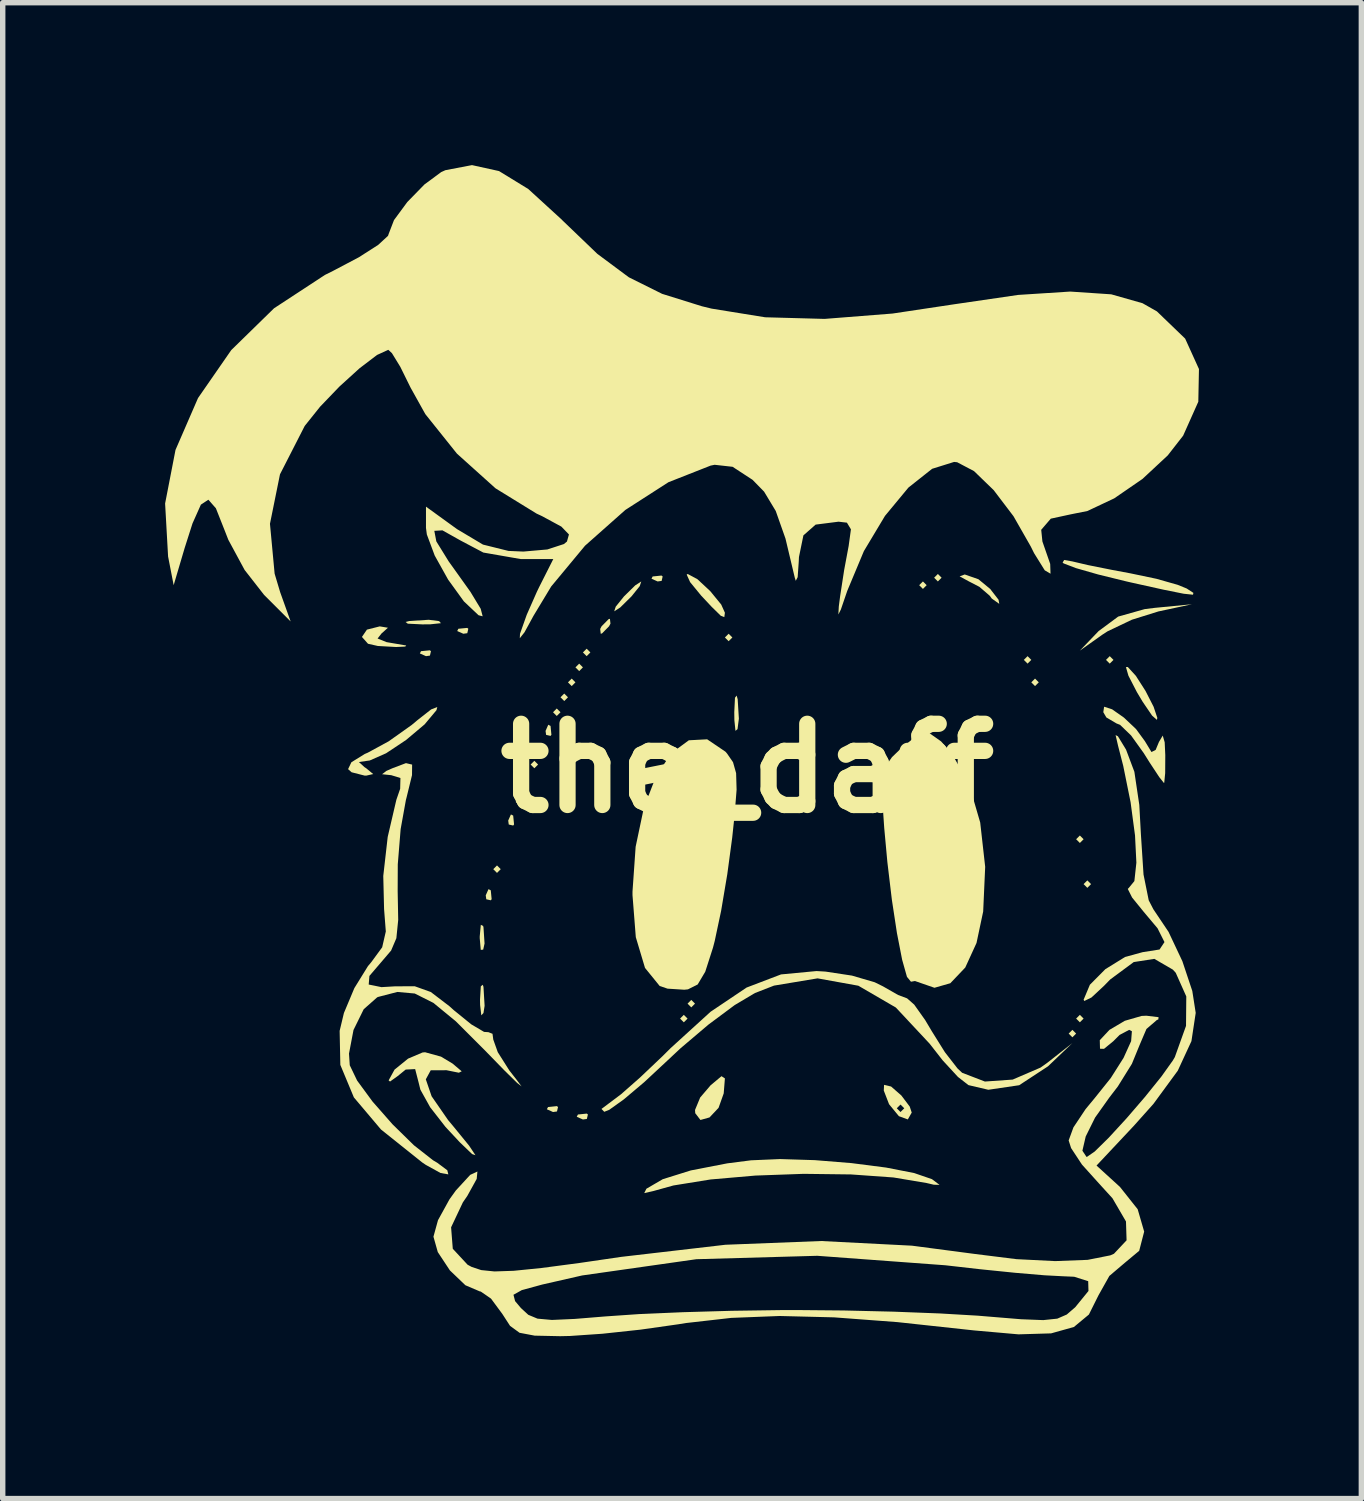
<source format=kicad_pcb>
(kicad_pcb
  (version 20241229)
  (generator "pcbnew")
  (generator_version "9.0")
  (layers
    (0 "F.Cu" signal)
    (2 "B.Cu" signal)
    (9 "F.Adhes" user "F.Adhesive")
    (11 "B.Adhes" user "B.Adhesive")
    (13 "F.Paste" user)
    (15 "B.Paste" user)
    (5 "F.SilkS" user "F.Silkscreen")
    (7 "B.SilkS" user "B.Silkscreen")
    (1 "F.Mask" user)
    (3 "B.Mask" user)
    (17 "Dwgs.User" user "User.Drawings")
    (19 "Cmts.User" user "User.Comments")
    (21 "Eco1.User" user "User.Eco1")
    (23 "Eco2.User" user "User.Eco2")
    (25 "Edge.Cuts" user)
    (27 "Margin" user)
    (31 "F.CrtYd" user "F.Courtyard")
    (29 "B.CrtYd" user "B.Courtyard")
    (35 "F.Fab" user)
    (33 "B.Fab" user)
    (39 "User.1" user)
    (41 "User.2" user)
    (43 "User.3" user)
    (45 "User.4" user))
  (footprint "the_daff"
    (layer "F.Cu")
    (at 10.755 11.142)
    (property "Reference" "the_daff" (at 0 0 0) (layer "F.SilkS") (effects (font (size 1.5 1.5) (thickness 0.3))))
    (attr board_only exclude_from_pos_files exclude_from_bom)
    (fp_poly (pts (xy -4.555 1.864) (xy -4.624 1.933) (xy -4.693 1.864) (xy -4.624 1.795)) (stroke (width 0) (type solid)) (fill yes) (layer "F.SilkS"))
    (fp_poly (pts (xy -4.141 0.621) (xy -4.21 0.69) (xy -4.279 0.621) (xy -4.21 0.552)) (stroke (width 0) (type solid)) (fill yes) (layer "F.SilkS"))
    (fp_poly (pts (xy -3.865 -0.069) (xy -3.934 0) (xy -4.003 -0.069) (xy -3.934 -0.138)) (stroke (width 0) (type solid)) (fill yes) (layer "F.SilkS"))
    (fp_poly (pts (xy -3.727 -0.345) (xy -3.796 -0.276) (xy -3.865 -0.345) (xy -3.796 -0.414)) (stroke (width 0) (type solid)) (fill yes) (layer "F.SilkS"))
    (fp_poly (pts (xy -3.451 -1.035) (xy -3.52 -0.966) (xy -3.589 -1.035) (xy -3.52 -1.104)) (stroke (width 0) (type solid)) (fill yes) (layer "F.SilkS"))
    (fp_poly (pts (xy -3.313 -1.311) (xy -3.382 -1.242) (xy -3.451 -1.311) (xy -3.382 -1.38)) (stroke (width 0) (type solid)) (fill yes) (layer "F.SilkS"))
    (fp_poly (pts (xy -3.175 -1.587) (xy -3.244 -1.518) (xy -3.313 -1.587) (xy -3.244 -1.657)) (stroke (width 0) (type solid)) (fill yes) (layer "F.SilkS"))
    (fp_poly (pts (xy -3.037 -1.864) (xy -3.106 -1.795) (xy -3.175 -1.864) (xy -3.106 -1.933)) (stroke (width 0) (type solid)) (fill yes) (layer "F.SilkS"))
    (fp_poly (pts (xy -2.899 -2.14) (xy -2.968 -2.071) (xy -3.037 -2.14) (xy -2.968 -2.209)) (stroke (width 0) (type solid)) (fill yes) (layer "F.SilkS"))
    (fp_poly (pts (xy -1.104 4.624) (xy -1.173 4.693) (xy -1.242 4.624) (xy -1.173 4.555)) (stroke (width 0) (type solid)) (fill yes) (layer "F.SilkS"))
    (fp_poly (pts (xy -0.966 4.348) (xy -1.035 4.417) (xy -1.104 4.348) (xy -1.035 4.279)) (stroke (width 0) (type solid)) (fill yes) (layer "F.SilkS"))
    (fp_poly (pts (xy -0.276 -2.416) (xy -0.345 -2.347) (xy -0.414 -2.416) (xy -0.345 -2.485)) (stroke (width 0) (type solid)) (fill yes) (layer "F.SilkS"))
    (fp_poly (pts (xy 3.313 -3.382) (xy 3.244 -3.313) (xy 3.175 -3.382) (xy 3.244 -3.451)) (stroke (width 0) (type solid)) (fill yes) (layer "F.SilkS"))
    (fp_poly (pts (xy 3.589 -3.52) (xy 3.52 -3.451) (xy 3.451 -3.52) (xy 3.52 -3.589)) (stroke (width 0) (type solid)) (fill yes) (layer "F.SilkS"))
    (fp_poly (pts (xy 5.246 -2.002) (xy 5.177 -1.933) (xy 5.108 -2.002) (xy 5.177 -2.071)) (stroke (width 0) (type solid)) (fill yes) (layer "F.SilkS"))
    (fp_poly (pts (xy 5.384 -1.587) (xy 5.315 -1.518) (xy 5.246 -1.587) (xy 5.315 -1.657)) (stroke (width 0) (type solid)) (fill yes) (layer "F.SilkS"))
    (fp_poly (pts (xy 6.074 4.901) (xy 6.005 4.97) (xy 5.936 4.901) (xy 6.005 4.832)) (stroke (width 0) (type solid)) (fill yes) (layer "F.SilkS"))
    (fp_poly (pts (xy 6.212 1.311) (xy 6.143 1.38) (xy 6.074 1.311) (xy 6.143 1.242)) (stroke (width 0) (type solid)) (fill yes) (layer "F.SilkS"))
    (fp_poly (pts (xy 6.212 4.624) (xy 6.143 4.693) (xy 6.074 4.624) (xy 6.143 4.555)) (stroke (width 0) (type solid)) (fill yes) (layer "F.SilkS"))
    (fp_poly (pts (xy 6.35 2.14) (xy 6.281 2.209) (xy 6.212 2.14) (xy 6.281 2.071)) (stroke (width 0) (type solid)) (fill yes) (layer "F.SilkS"))
    (fp_poly (pts (xy 6.764 -2.002) (xy 6.695 -1.933) (xy 6.626 -2.002) (xy 6.695 -2.071)) (stroke (width 0) (type solid)) (fill yes) (layer "F.SilkS"))
    (fp_poly (pts (xy -5.844 -2.163) (xy -5.863 -2.081) (xy -5.936 -2.071) (xy -6.049 -2.121) (xy -6.028 -2.163) (xy -5.864 -2.179)) (stroke (width 0) (type solid)) (fill yes) (layer "F.SilkS"))
    (fp_poly (pts (xy -5.154 -2.577) (xy -5.173 -2.495) (xy -5.246 -2.485) (xy -5.359 -2.535) (xy -5.338 -2.577) (xy -5.174 -2.593)) (stroke (width 0) (type solid)) (fill yes) (layer "F.SilkS"))
    (fp_poly (pts (xy -4.739 2.255) (xy -4.723 2.419) (xy -4.739 2.439) (xy -4.822 2.42) (xy -4.832 2.347) (xy -4.781 2.233)) (stroke (width 0) (type solid)) (fill yes) (layer "F.SilkS"))
    (fp_poly (pts (xy -4.325 0.874) (xy -4.309 1.038) (xy -4.325 1.058) (xy -4.407 1.039) (xy -4.417 0.966) (xy -4.367 0.853)) (stroke (width 0) (type solid)) (fill yes) (layer "F.SilkS"))
    (fp_poly (pts (xy -4.049 0.184) (xy -4.033 0.348) (xy -4.049 0.368) (xy -4.131 0.349) (xy -4.141 0.276) (xy -4.091 0.162)) (stroke (width 0) (type solid)) (fill yes) (layer "F.SilkS"))
    (fp_poly (pts (xy -3.635 -0.782) (xy -3.619 -0.618) (xy -3.635 -0.598) (xy -3.717 -0.617) (xy -3.727 -0.69) (xy -3.677 -0.804)) (stroke (width 0) (type solid)) (fill yes) (layer "F.SilkS"))
    (fp_poly (pts (xy -3.497 6.258) (xy -3.516 6.34) (xy -3.589 6.35) (xy -3.703 6.299) (xy -3.681 6.258) (xy -3.517 6.241)) (stroke (width 0) (type solid)) (fill yes) (layer "F.SilkS"))
    (fp_poly (pts (xy -2.945 6.396) (xy -2.964 6.478) (xy -3.037 6.488) (xy -3.151 6.438) (xy -3.129 6.396) (xy -2.965 6.379)) (stroke (width 0) (type solid)) (fill yes) (layer "F.SilkS"))
    (fp_poly (pts (xy -1.564 -3.543) (xy -1.583 -3.461) (xy -1.657 -3.451) (xy -1.77 -3.502) (xy -1.749 -3.543) (xy -1.585 -3.56)) (stroke (width 0) (type solid)) (fill yes) (layer "F.SilkS"))
    (fp_poly (pts (xy -5.693 -2.718) (xy -5.66 -2.68) (xy -5.859 -2.659) (xy -6.005 -2.658) (xy -6.272 -2.671) (xy -6.313 -2.702) (xy -6.245 -2.72) (xy -5.885 -2.743)) (stroke (width 0) (type solid)) (fill yes) (layer "F.SilkS"))
    (fp_poly (pts (xy -4.881 2.912) (xy -4.874 2.936) (xy -4.854 3.237) (xy -4.879 3.35) (xy -4.924 3.355) (xy -4.943 3.139) (xy -4.943 3.106) (xy -4.923 2.892)) (stroke (width 0) (type solid)) (fill yes) (layer "F.SilkS"))
    (fp_poly (pts (xy -4.874 4.038) (xy -4.853 4.388) (xy -4.874 4.521) (xy -4.914 4.564) (xy -4.936 4.373) (xy -4.938 4.279) (xy -4.923 4.028) (xy -4.887 3.999)) (stroke (width 0) (type solid)) (fill yes) (layer "F.SilkS"))
    (fp_poly (pts (xy -2.528 -2.672) (xy -2.554 -2.623) (xy -2.684 -2.491) (xy -2.708 -2.485) (xy -2.718 -2.574) (xy -2.692 -2.623) (xy -2.562 -2.755) (xy -2.538 -2.761)) (stroke (width 0) (type solid)) (fill yes) (layer "F.SilkS"))
    (fp_poly (pts (xy -1.987 -3.365) (xy -2.14 -3.175) (xy -2.347 -2.971) (xy -2.459 -2.899) (xy -2.431 -2.985) (xy -2.278 -3.175) (xy -2.07 -3.379) (xy -1.959 -3.451)) (stroke (width 0) (type solid)) (fill yes) (layer "F.SilkS"))
    (fp_poly (pts (xy -0.178 -1.275) (xy -0.156 -0.916) (xy -0.181 -0.723) (xy -0.219 -0.691) (xy -0.239 -0.889) (xy -0.241 -1.035) (xy -0.228 -1.303) (xy -0.197 -1.343)) (stroke (width 0) (type solid)) (fill yes) (layer "F.SilkS"))
    (fp_poly (pts (xy -0.414 5.729) (xy -0.436 6.006) (xy -0.531 6.272) (xy -0.698 6.45) (xy -0.866 6.497) (xy -0.962 6.372) (xy -0.966 6.312) (xy -0.871 6.082) (xy -0.678 5.856) (xy -0.477 5.688)) (stroke (width 0) (type solid)) (fill yes) (layer "F.SilkS"))
    (fp_poly (pts (xy 4.269 -3.492) (xy 4.486 -3.313) (xy 4.641 -3.113) (xy 4.654 -3.037) (xy 4.516 -3.135) (xy 4.48 -3.185) (xy 4.288 -3.351) (xy 4.093 -3.452) (xy 3.922 -3.545) (xy 4.016 -3.58)) (stroke (width 0) (type solid)) (fill yes) (layer "F.SilkS"))
    (fp_poly (pts (xy 7.594 -2.897) (xy 7.104 -2.744) (xy 6.653 -2.529) (xy 6.559 -2.468) (xy 6.143 -2.173) (xy 6.489 -2.534) (xy 6.851 -2.802) (xy 7.341 -2.94) (xy 7.525 -2.963) (xy 8.214 -3.03)) (stroke (width 0) (type solid)) (fill yes) (layer "F.SilkS"))
    (fp_poly (pts (xy -0.921 -3.492) (xy -0.683 -3.27) (xy -0.482 -3.024) (xy -0.414 -2.873) (xy -0.425 -2.792) (xy -0.491 -2.818) (xy -0.662 -2.986) (xy -0.854 -3.191) (xy -1.057 -3.439) (xy -1.12 -3.578) (xy -1.101 -3.589)) (stroke (width 0) (type solid)) (fill yes) (layer "F.SilkS"))
    (fp_poly (pts (xy 7.177 -1.708) (xy 7.355 -1.43) (xy 7.505 -1.137) (xy 7.574 -0.93) (xy 7.566 -0.894) (xy 7.477 -0.973) (xy 7.304 -1.227) (xy 7.197 -1.406) (xy 7.04 -1.71) (xy 6.994 -1.869) (xy 7.028 -1.871)) (stroke (width 0) (type solid)) (fill yes) (layer "F.SilkS"))
    (fp_poly (pts (xy -6.639 -2.596) (xy -6.75 -2.496) (xy -6.754 -2.494) (xy -6.83 -2.397) (xy -6.664 -2.33) (xy -6.547 -2.31) (xy -6.301 -2.268) (xy -6.319 -2.248) (xy -6.488 -2.24) (xy -6.825 -2.259) (xy -7.007 -2.3) (xy -7.119 -2.426) (xy -7.027 -2.561) (xy -6.79 -2.621)) (stroke (width 0) (type solid)) (fill yes) (layer "F.SilkS"))
    (fp_poly (pts (xy 2.656 5.879) (xy 2.845 6.044) (xy 3 6.249) (xy 3.037 6.36) (xy 2.965 6.487) (xy 2.8 6.427) (xy 2.68 6.281) (xy 2.761 6.281) (xy 2.83 6.35) (xy 2.899 6.281) (xy 2.83 6.212) (xy 2.761 6.281) (xy 2.68 6.281) (xy 2.623 6.212) (xy 2.616 6.2) (xy 2.521 5.954) (xy 2.526 5.848)) (stroke (width 0) (type solid)) (fill yes) (layer "F.SilkS"))
    (fp_poly (pts (xy 6.005 -3.821) (xy 6.29 -3.754) (xy 6.734 -3.665) (xy 7.081 -3.6) (xy 7.558 -3.5) (xy 7.949 -3.389) (xy 8.116 -3.321) (xy 8.24 -3.24) (xy 8.233 -3.206) (xy 8.061 -3.224) (xy 7.693 -3.298) (xy 7.093 -3.431) (xy 6.997 -3.453) (xy 6.48 -3.58) (xy 6.072 -3.697) (xy 5.844 -3.784) (xy 5.824 -3.799) (xy 5.853 -3.848)) (stroke (width 0) (type solid)) (fill yes) (layer "F.SilkS"))
    (fp_poly (pts (xy -5.742 -1.073) (xy -5.961 -0.811) (xy -6.303 -0.523) (xy -6.673 -0.277) (xy -6.974 -0.144) (xy -7.033 -0.136) (xy -7.175 -0.115) (xy -7.072 -0.021) (xy -7.04 0) (xy -6.911 0.107) (xy -7.035 0.135) (xy -7.067 0.136) (xy -7.31 0.074) (xy -7.375 0.016) (xy -7.314 -0.111) (xy -7.067 -0.264) (xy -7.011 -0.288) (xy -6.625 -0.498) (xy -6.201 -0.799) (xy -6.091 -0.891) (xy -5.841 -1.087) (xy -5.727 -1.131)) (stroke (width 0) (type solid)) (fill yes) (layer "F.SilkS"))
    (fp_poly (pts (xy 6.739 -1.089) (xy 6.957 -0.936) (xy 7.181 -0.724) (xy 7.344 -0.501) (xy 7.466 -0.3) (xy 7.543 -0.339) (xy 7.604 -0.486) (xy 7.674 -0.604) (xy 7.71 -0.48) (xy 7.721 -0.242) (xy 7.719 0.09) (xy 7.702 0.265) (xy 7.696 0.272) (xy 7.61 0.164) (xy 7.432 -0.106) (xy 7.323 -0.28) (xy 7.089 -0.606) (xy 6.886 -0.802) (xy 6.82 -0.828) (xy 6.632 -0.939) (xy 6.576 -1.036) (xy 6.591 -1.137)) (stroke (width 0) (type solid)) (fill yes) (layer "F.SilkS"))
    (fp_poly (pts (xy 1.248 7.239) (xy 1.926 7.294) (xy 2.563 7.376) (xy 3.081 7.477) (xy 3.407 7.589) (xy 3.423 7.599) (xy 3.551 7.696) (xy 3.445 7.693) (xy 3.313 7.662) (xy 2.7 7.559) (xy 1.916 7.503) (xy 1.04 7.492) (xy 0.149 7.524) (xy -0.679 7.596) (xy -1.366 7.707) (xy -1.726 7.807) (xy -1.904 7.848) (xy -1.864 7.767) (xy -1.562 7.591) (xy -1.044 7.429) (xy -0.369 7.298) (xy 0.069 7.242) (xy 0.604 7.219)) (stroke (width 0) (type solid)) (fill yes) (layer "F.SilkS"))
    (fp_poly (pts (xy 3.58 -0.496) (xy 3.772 -0.28) (xy 4.09 0.274) (xy 4.302 1.002) (xy 4.394 1.821) (xy 4.357 2.646) (xy 4.234 3.227) (xy 4.026 3.681) (xy 3.75 3.971) (xy 3.457 4.055) (xy 3.319 4.007) (xy 3.097 3.93) (xy 3.023 3.943) (xy 2.949 3.853) (xy 2.86 3.537) (xy 2.764 3.045) (xy 2.67 2.427) (xy 2.587 1.732) (xy 2.529 1.102) (xy 2.491 0.549) (xy 2.493 0.197) (xy 2.549 -0.03) (xy 2.673 -0.206) (xy 2.817 -0.345) (xy 3.129 -0.605) (xy 3.352 -0.657)) (stroke (width 0) (type solid)) (fill yes) (layer "F.SilkS"))
    (fp_poly (pts (xy -5.658 5.327) (xy -5.445 5.455) (xy -5.276 5.598) (xy -5.329 5.624) (xy -5.556 5.578) (xy -5.848 5.579) (xy -5.939 5.746) (xy -5.832 6.059) (xy -5.529 6.497) (xy -5.442 6.601) (xy -5.139 6.972) (xy -5.022 7.148) (xy -5.084 7.127) (xy -5.312 6.908) (xy -5.575 6.626) (xy -5.858 6.263) (xy -6.039 5.938) (xy -6.074 5.797) (xy -6.136 5.557) (xy -6.311 5.566) (xy -6.46 5.687) (xy -6.6 5.787) (xy -6.626 5.766) (xy -6.517 5.567) (xy -6.267 5.364) (xy -5.999 5.25) (xy -5.952 5.246)) (stroke (width 0) (type solid)) (fill yes) (layer "F.SilkS"))
    (fp_poly (pts (xy -0.405 -0.307) (xy -0.375 -0.273) (xy -0.264 -0.112) (xy -0.207 0.09) (xy -0.198 0.397) (xy -0.236 0.875) (xy -0.279 1.28) (xy -0.37 1.957) (xy -0.484 2.634) (xy -0.602 3.19) (xy -0.634 3.313) (xy -0.777 3.758) (xy -0.917 3.994) (xy -1.096 4.084) (xy -1.165 4.091) (xy -1.474 4.071) (xy -1.619 4.022) (xy -1.89 3.688) (xy -2.06 3.12) (xy -2.121 2.344) (xy -2.121 2.278) (xy -2.063 1.45) (xy -1.911 0.729) (xy -1.684 0.142) (xy -1.401 -0.282) (xy -1.08 -0.517) (xy -0.742 -0.535)) (stroke (width 0) (type solid)) (fill yes) (layer "F.SilkS"))
    (fp_poly (pts (xy 1.445 3.756) (xy 1.933 3.83) (xy 2.353 3.953) (xy 2.507 4.029) (xy 2.785 4.188) (xy 2.951 4.25) (xy 3.083 4.366) (xy 3.285 4.651) (xy 3.407 4.856) (xy 3.65 5.245) (xy 3.883 5.545) (xy 3.968 5.625) (xy 4.389 5.787) (xy 4.902 5.751) (xy 5.417 5.529) (xy 5.546 5.437) (xy 6.005 5.076) (xy 5.554 5.506) (xy 5.022 5.855) (xy 4.452 5.939) (xy 4.085 5.853) (xy 3.891 5.702) (xy 3.609 5.396) (xy 3.368 5.088) (xy 2.744 4.42) (xy 2.051 4.017) (xy 1.298 3.881) (xy 0.493 4.015) (xy 0.141 4.152) (xy -0.234 4.375) (xy -0.719 4.736) (xy -1.234 5.173) (xy -1.467 5.391) (xy -1.904 5.798) (xy -2.283 6.118) (xy -2.552 6.31) (xy -2.643 6.346) (xy -2.694 6.293) (xy -2.554 6.188) (xy -2.333 6.022) (xy -1.983 5.714) (xy -1.569 5.321) (xy -1.417 5.17) (xy -0.679 4.498) (xy -0.014 4.051) (xy 0.623 3.808) (xy 1.279 3.746)) (stroke (width 0) (type solid)) (fill yes) (layer "F.SilkS"))
    (fp_poly (pts (xy -6.192 -0.068) (xy -6.194 0.127) (xy -6.294 0.537) (xy -6.307 0.587) (xy -6.404 1.124) (xy -6.457 1.775) (xy -6.459 2.272) (xy -6.449 2.801) (xy -6.483 3.139) (xy -6.58 3.367) (xy -6.73 3.543) (xy -6.981 3.836) (xy -6.994 3.995) (xy -6.758 4.043) (xy -6.503 4.028) (xy -6.143 4.027) (xy -5.847 4.133) (xy -5.505 4.394) (xy -5.419 4.471) (xy -5.1 4.73) (xy -4.863 4.87) (xy -4.783 4.875) (xy -4.707 4.905) (xy -4.693 5.011) (xy -4.61 5.244) (xy -4.397 5.581) (xy -4.258 5.759) (xy -4.17 5.877) (xy -4.252 5.813) (xy -4.485 5.584) (xy -4.848 5.211) (xy -5.383 4.676) (xy -5.799 4.334) (xy -6.143 4.161) (xy -6.465 4.132) (xy -6.816 4.223) (xy -6.837 4.231) (xy -7.086 4.451) (xy -7.275 4.835) (xy -7.358 5.271) (xy -7.344 5.486) (xy -7.208 5.769) (xy -6.923 6.157) (xy -6.552 6.579) (xy -6.159 6.964) (xy -5.806 7.241) (xy -5.73 7.286) (xy -5.542 7.426) (xy -5.523 7.502) (xy -5.668 7.476) (xy -5.94 7.326) (xy -6.005 7.282) (xy -6.767 6.673) (xy -7.268 6.08) (xy -7.518 5.48) (xy -7.531 4.851) (xy -7.452 4.521) (xy -7.259 4.061) (xy -7.008 3.655) (xy -6.946 3.581) (xy -6.745 3.307) (xy -6.678 3.015) (xy -6.71 2.601) (xy -6.725 1.989) (xy -6.643 1.268) (xy -6.483 0.582) (xy -6.413 0.379) (xy -6.408 0.18) (xy -6.577 0.128) (xy -6.747 0.11) (xy -6.668 0.049) (xy -6.557 0) (xy -6.306 -0.095)) (stroke (width 0) (type solid)) (fill yes) (layer "F.SilkS"))
    (fp_poly (pts (xy -4.587 -11.032) (xy -4.047 -10.701) (xy -3.429 -10.136) (xy -3.412 -10.118) (xy -2.771 -9.503) (xy -2.189 -9.07) (xy -1.574 -8.764) (xy -0.84 -8.535) (xy -0.66 -8.491) (xy 0.329 -8.331) (xy 1.427 -8.301) (xy 2.683 -8.4) (xy 3.813 -8.57) (xy 5.003 -8.744) (xy 5.965 -8.806) (xy 6.723 -8.755) (xy 7.3 -8.591) (xy 7.566 -8.44) (xy 8.088 -7.937) (xy 8.343 -7.375) (xy 8.331 -6.771) (xy 8.051 -6.144) (xy 7.767 -5.78) (xy 7.3 -5.345) (xy 6.778 -4.986) (xy 6.284 -4.753) (xy 5.976 -4.691) (xy 5.606 -4.611) (xy 5.429 -4.405) (xy 5.451 -4.19) (xy 5.595 -3.775) (xy 5.601 -3.594) (xy 5.494 -3.657) (xy 5.297 -3.974) (xy 5.236 -4.097) (xy 4.917 -4.656) (xy 4.551 -5.138) (xy 4.188 -5.489) (xy 3.877 -5.653) (xy 3.82 -5.659) (xy 3.414 -5.532) (xy 2.976 -5.185) (xy 2.543 -4.662) (xy 2.153 -4.011) (xy 1.846 -3.277) (xy 1.845 -3.274) (xy 1.728 -2.932) (xy 1.682 -2.841) (xy 1.69 -2.989) (xy 1.714 -3.175) (xy 1.789 -3.663) (xy 1.872 -4.107) (xy 1.914 -4.414) (xy 1.84 -4.537) (xy 1.685 -4.555) (xy 1.262 -4.501) (xy 1.036 -4.302) (xy 0.954 -3.902) (xy 0.95 -3.816) (xy 0.93 -3.531) (xy 0.895 -3.463) (xy 0.877 -3.52) (xy 0.705 -4.243) (xy 0.525 -4.753) (xy 0.31 -5.11) (xy 0.097 -5.328) (xy -0.272 -5.569) (xy -0.603 -5.606) (xy -0.678 -5.591) (xy -1.457 -5.284) (xy -2.253 -4.772) (xy -2.998 -4.111) (xy -3.623 -3.358) (xy -3.95 -2.816) (xy -4.116 -2.512) (xy -4.203 -2.402) (xy -4.199 -2.485) (xy -4.075 -2.835) (xy -3.887 -3.261) (xy -3.845 -3.348) (xy -3.584 -3.865) (xy -4.188 -3.865) (xy -4.877 -3.985) (xy -5.295 -4.206) (xy -5.632 -4.395) (xy -5.782 -4.386) (xy -5.745 -4.191) (xy -5.515 -3.819) (xy -5.443 -3.719) (xy -5.114 -3.258) (xy -4.925 -2.946) (xy -4.889 -2.807) (xy -4.965 -2.827) (xy -5.236 -3.083) (xy -5.527 -3.485) (xy -5.775 -3.93) (xy -5.92 -4.319) (xy -5.936 -4.439) (xy -5.936 -4.833) (xy -5.363 -4.418) (xy -4.883 -4.132) (xy -4.412 -4.015) (xy -4.137 -4.003) (xy -3.694 -4.042) (xy -3.388 -4.142) (xy -3.332 -4.188) (xy -3.295 -4.319) (xy -3.435 -4.464) (xy -3.791 -4.657) (xy -3.894 -4.705) (xy -4.651 -5.171) (xy -5.364 -5.812) (xy -5.948 -6.542) (xy -6.221 -7.032) (xy -6.41 -7.415) (xy -6.565 -7.668) (xy -6.632 -7.73) (xy -6.84 -7.635) (xy -7.163 -7.389) (xy -7.535 -7.051) (xy -7.892 -6.679) (xy -8.168 -6.334) (xy -8.178 -6.32) (xy -8.633 -5.43) (xy -8.818 -4.516) (xy -8.732 -3.595) (xy -8.63 -3.254) (xy -8.436 -2.712) (xy -8.927 -3.203) (xy -9.286 -3.663) (xy -9.587 -4.22) (xy -9.659 -4.404) (xy -9.817 -4.803) (xy -9.956 -4.961) (xy -10.094 -4.87) (xy -10.249 -4.523) (xy -10.393 -4.072) (xy -10.597 -3.382) (xy -10.7 -3.912) (xy -10.755 -4.891) (xy -10.563 -5.881) (xy -10.147 -6.839) (xy -9.533 -7.725) (xy -8.743 -8.497) (xy -7.803 -9.113) (xy -7.647 -9.191) (xy -7.175 -9.44) (xy -6.819 -9.668) (xy -6.637 -9.836) (xy -6.626 -9.869) (xy -6.527 -10.126) (xy -6.281 -10.46) (xy -5.965 -10.784) (xy -5.655 -11.013) (xy -5.578 -11.048) (xy -5.086 -11.142)) (stroke (width 0) (type solid)) (fill yes) (layer "F.SilkS"))
    (fp_poly (pts (xy 6.846 -0.591) (xy 6.996 -0.345) (xy 7.15 0.065) (xy 7.241 0.677) (xy 7.271 1.225) (xy 7.319 1.963) (xy 7.415 2.439) (xy 7.501 2.605) (xy 7.781 3.022) (xy 8.037 3.565) (xy 8.22 4.114) (xy 8.283 4.519) (xy 8.204 5.041) (xy 7.952 5.586) (xy 7.502 6.2) (xy 7.142 6.603) (xy 6.451 7.339) (xy 6.884 7.734) (xy 7.211 8.146) (xy 7.331 8.559) (xy 7.239 8.914) (xy 6.975 9.134) (xy 6.688 9.378) (xy 6.486 9.738) (xy 6.31 10.091) (xy 6.033 10.321) (xy 5.612 10.439) (xy 5.009 10.457) (xy 4.183 10.384) (xy 4.156 10.381) (xy 2.771 10.231) (xy 1.602 10.143) (xy 0.596 10.118) (xy -0.297 10.153) (xy -1.132 10.248) (xy -1.275 10.271) (xy -1.972 10.37) (xy -2.678 10.446) (xy -3.275 10.487) (xy -3.456 10.491) (xy -3.928 10.481) (xy -4.208 10.428) (xy -4.383 10.3) (xy -4.527 10.078) (xy -4.734 9.798) (xy -4.837 9.726) (xy -4.32 9.726) (xy -4.29 9.843) (xy -4.182 9.971) (xy -4.046 10.096) (xy -3.876 10.167) (xy -3.61 10.191) (xy -3.187 10.172) (xy -2.623 10.126) (xy -2.001 10.083) (xy -1.193 10.048) (xy -0.291 10.022) (xy 0.613 10.009) (xy 0.897 10.008) (xy 1.785 10.016) (xy 2.702 10.038) (xy 3.557 10.071) (xy 4.257 10.112) (xy 4.437 10.127) (xy 5.057 10.178) (xy 5.466 10.194) (xy 5.726 10.167) (xy 5.901 10.091) (xy 6.053 9.96) (xy 6.059 9.954) (xy 6.302 9.656) (xy 6.297 9.475) (xy 6.038 9.393) (xy 5.832 9.384) (xy 5.489 9.366) (xy 4.949 9.32) (xy 4.29 9.253) (xy 3.658 9.181) (xy 1.293 9.006) (xy -0.941 9.069) (xy -3.051 9.369) (xy -3.788 9.537) (xy -4.166 9.64) (xy -4.32 9.726) (xy -4.837 9.726) (xy -4.925 9.666) (xy -4.941 9.664) (xy -5.208 9.55) (xy -5.494 9.276) (xy -5.718 8.937) (xy -5.798 8.653) (xy -5.714 8.348) (xy -5.502 7.963) (xy -5.384 7.799) (xy -5.119 7.511) (xy -4.986 7.449) (xy -4.999 7.586) (xy -5.172 7.899) (xy -5.255 8.02) (xy -5.472 8.48) (xy -5.441 8.876) (xy -5.167 9.171) (xy -5.091 9.212) (xy -4.916 9.27) (xy -4.671 9.295) (xy -4.315 9.283) (xy -3.807 9.232) (xy -3.103 9.139) (xy -2.33 9.026) (xy -0.404 8.802) (xy 1.364 8.733) (xy 3.041 8.819) (xy 4.21 8.973) (xy 4.971 9.068) (xy 5.686 9.104) (xy 6.287 9.081) (xy 6.705 8.998) (xy 6.773 8.968) (xy 7.006 8.72) (xy 6.995 8.372) (xy 6.745 7.943) (xy 6.488 7.661) (xy 6.181 7.32) (xy 5.981 7.016) (xy 5.936 6.875) (xy 6.024 6.634) (xy 6.249 6.296) (xy 6.413 6.098) (xy 6.714 5.722) (xy 6.95 5.35) (xy 7.09 5.041) (xy 7.104 4.858) (xy 7.054 4.832) (xy 6.877 4.926) (xy 6.761 5.042) (xy 6.589 5.183) (xy 6.515 5.181) (xy 6.511 5.023) (xy 6.689 4.833) (xy 6.973 4.665) (xy 7.284 4.575) (xy 7.372 4.571) (xy 7.597 4.598) (xy 7.592 4.641) (xy 7.567 4.649) (xy 7.373 4.816) (xy 7.245 5.116) (xy 7.104 5.46) (xy 6.845 5.877) (xy 6.684 6.087) (xy 6.424 6.453) (xy 6.251 6.802) (xy 6.19 7.065) (xy 6.265 7.178) (xy 6.275 7.178) (xy 6.418 7.079) (xy 6.678 6.823) (xy 7.005 6.467) (xy 7.345 6.072) (xy 7.648 5.696) (xy 7.86 5.399) (xy 7.897 5.336) (xy 8.104 4.759) (xy 8.109 4.215) (xy 7.914 3.778) (xy 7.861 3.72) (xy 7.519 3.521) (xy 7.138 3.58) (xy 6.703 3.902) (xy 6.592 4.016) (xy 6.358 4.234) (xy 6.225 4.299) (xy 6.212 4.276) (xy 6.328 3.999) (xy 6.614 3.711) (xy 6.978 3.486) (xy 7.303 3.397) (xy 7.615 3.348) (xy 7.706 3.211) (xy 7.578 2.956) (xy 7.324 2.654) (xy 7.108 2.388) (xy 7.028 2.229) (xy 7.048 2.209) (xy 7.15 2.084) (xy 7.187 1.744) (xy 7.162 1.241) (xy 7.08 0.627) (xy 6.944 -0.045) (xy 6.849 -0.414) (xy 6.803 -0.613)) (stroke (width 0) (type solid)) (fill yes) (layer "F.SilkS")))
  (gr_rect
    (start -3 -3)
    (end 22.098 24.633)
    (stroke (width 0.1) (type default))
    (fill no)
    (layer "Edge.Cuts")))
</source>
